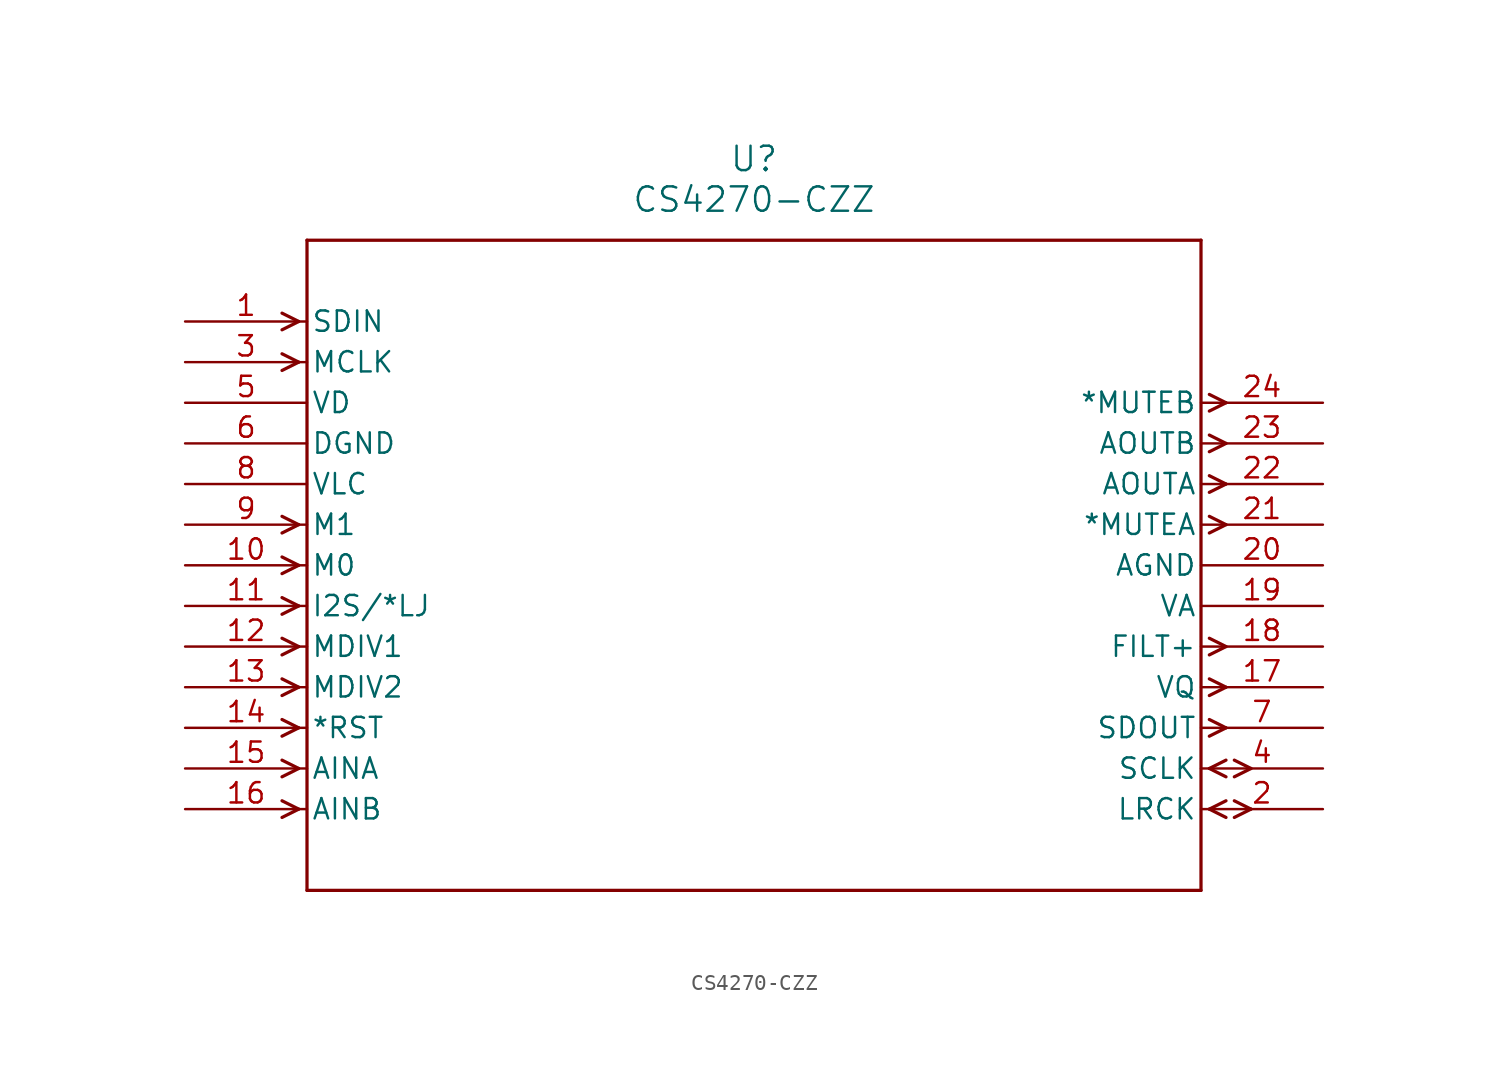
<source format=kicad_sym>
(kicad_symbol_lib
  (version 20211014)
  (generator kicad_symbol_editor)
  (symbol "CS4270-CZZ"
    (pin_names
      (offset 0.254))
    (property "Reference" "U"
      (at 35.56 10.16 0)
      (effects (font (size 1.524 1.524))))
    (property "Value" "CS4270-CZZ"
      (at 35.56 7.62 0)
      (effects (font (size 1.524 1.524))))
    (symbol "CS4270-CZZ_0_1"
      (polyline (pts (xy 7.099 0) (xy 6.058 0.521)) (stroke (width 0.203) (type default) (color 0 0 0 0)) (fill (type none)))
      (polyline (pts (xy 7.099 0) (xy 6.058 -0.521)) (stroke (width 0.203) (type default) (color 0 0 0 0)) (fill (type none)))
      (polyline (pts (xy 7.099 -2.54) (xy 6.058 -2.019)) (stroke (width 0.203) (type default) (color 0 0 0 0)) (fill (type none)))
      (polyline (pts (xy 7.099 -2.54) (xy 6.058 -3.061)) (stroke (width 0.203) (type default) (color 0 0 0 0)) (fill (type none)))
      (polyline (pts (xy 7.099 -12.7) (xy 6.058 -12.179)) (stroke (width 0.203) (type default) (color 0 0 0 0)) (fill (type none)))
      (polyline (pts (xy 7.099 -12.7) (xy 6.058 -13.221)) (stroke (width 0.203) (type default) (color 0 0 0 0)) (fill (type none)))
      (polyline (pts (xy 7.099 -15.24) (xy 6.058 -14.719)) (stroke (width 0.203) (type default) (color 0 0 0 0)) (fill (type none)))
      (polyline (pts (xy 7.099 -15.24) (xy 6.058 -15.761)) (stroke (width 0.203) (type default) (color 0 0 0 0)) (fill (type none)))
      (polyline (pts (xy 7.099 -17.78) (xy 6.058 -17.259)) (stroke (width 0.203) (type default) (color 0 0 0 0)) (fill (type none)))
      (polyline (pts (xy 7.099 -17.78) (xy 6.058 -18.301)) (stroke (width 0.203) (type default) (color 0 0 0 0)) (fill (type none)))
      (polyline (pts (xy 7.099 -20.32) (xy 6.058 -19.799)) (stroke (width 0.203) (type default) (color 0 0 0 0)) (fill (type none)))
      (polyline (pts (xy 7.099 -20.32) (xy 6.058 -20.841)) (stroke (width 0.203) (type default) (color 0 0 0 0)) (fill (type none)))
      (polyline (pts (xy 7.099 -22.86) (xy 6.058 -22.339)) (stroke (width 0.203) (type default) (color 0 0 0 0)) (fill (type none)))
      (polyline (pts (xy 7.099 -22.86) (xy 6.058 -23.381)) (stroke (width 0.203) (type default) (color 0 0 0 0)) (fill (type none)))
      (polyline (pts (xy 7.099 -25.4) (xy 6.058 -24.879)) (stroke (width 0.203) (type default) (color 0 0 0 0)) (fill (type none)))
      (polyline (pts (xy 7.099 -25.4) (xy 6.058 -25.921)) (stroke (width 0.203) (type default) (color 0 0 0 0)) (fill (type none)))
      (polyline (pts (xy 7.099 -27.94) (xy 6.058 -27.419)) (stroke (width 0.203) (type default) (color 0 0 0 0)) (fill (type none)))
      (polyline (pts (xy 7.099 -27.94) (xy 6.058 -28.461)) (stroke (width 0.203) (type default) (color 0 0 0 0)) (fill (type none)))
      (polyline (pts (xy 7.099 -30.48) (xy 6.058 -29.959)) (stroke (width 0.203) (type default) (color 0 0 0 0)) (fill (type none)))
      (polyline (pts (xy 7.099 -30.48) (xy 6.058 -31.001)) (stroke (width 0.203) (type default) (color 0 0 0 0)) (fill (type none)))
      (polyline (pts (xy 64.021 -30.48) (xy 65.062 -29.959)) (stroke (width 0.203) (type default) (color 0 0 0 0)) (fill (type none)))
      (polyline (pts (xy 64.021 -30.48) (xy 65.062 -31.001)) (stroke (width 0.203) (type default) (color 0 0 0 0)) (fill (type none)))
      (polyline (pts (xy 65.583 -29.959) (xy 66.624 -30.48)) (stroke (width 0.203) (type default) (color 0 0 0 0)) (fill (type none)))
      (polyline (pts (xy 65.583 -31.001) (xy 66.624 -30.48)) (stroke (width 0.203) (type default) (color 0 0 0 0)) (fill (type none)))
      (polyline (pts (xy 64.021 -27.94) (xy 65.062 -27.419)) (stroke (width 0.203) (type default) (color 0 0 0 0)) (fill (type none)))
      (polyline (pts (xy 64.021 -27.94) (xy 65.062 -28.461)) (stroke (width 0.203) (type default) (color 0 0 0 0)) (fill (type none)))
      (polyline (pts (xy 65.583 -27.419) (xy 66.624 -27.94)) (stroke (width 0.203) (type default) (color 0 0 0 0)) (fill (type none)))
      (polyline (pts (xy 65.583 -28.461) (xy 66.624 -27.94)) (stroke (width 0.203) (type default) (color 0 0 0 0)) (fill (type none)))
      (polyline (pts (xy 64.021 -24.879) (xy 65.062 -25.4)) (stroke (width 0.203) (type default) (color 0 0 0 0)) (fill (type none)))
      (polyline (pts (xy 64.021 -25.921) (xy 65.062 -25.4)) (stroke (width 0.203) (type default) (color 0 0 0 0)) (fill (type none)))
      (polyline (pts (xy 64.021 -22.339) (xy 65.062 -22.86)) (stroke (width 0.203) (type default) (color 0 0 0 0)) (fill (type none)))
      (polyline (pts (xy 64.021 -23.381) (xy 65.062 -22.86)) (stroke (width 0.203) (type default) (color 0 0 0 0)) (fill (type none)))
      (polyline (pts (xy 64.021 -19.799) (xy 65.062 -20.32)) (stroke (width 0.203) (type default) (color 0 0 0 0)) (fill (type none)))
      (polyline (pts (xy 64.021 -20.841) (xy 65.062 -20.32)) (stroke (width 0.203) (type default) (color 0 0 0 0)) (fill (type none)))
      (polyline (pts (xy 64.021 -12.179) (xy 65.062 -12.7)) (stroke (width 0.203) (type default) (color 0 0 0 0)) (fill (type none)))
      (polyline (pts (xy 64.021 -13.221) (xy 65.062 -12.7)) (stroke (width 0.203) (type default) (color 0 0 0 0)) (fill (type none)))
      (polyline (pts (xy 64.021 -9.639) (xy 65.062 -10.16)) (stroke (width 0.203) (type default) (color 0 0 0 0)) (fill (type none)))
      (polyline (pts (xy 64.021 -10.681) (xy 65.062 -10.16)) (stroke (width 0.203) (type default) (color 0 0 0 0)) (fill (type none)))
      (polyline (pts (xy 64.021 -7.099) (xy 65.062 -7.62)) (stroke (width 0.203) (type default) (color 0 0 0 0)) (fill (type none)))
      (polyline (pts (xy 64.021 -8.141) (xy 65.062 -7.62)) (stroke (width 0.203) (type default) (color 0 0 0 0)) (fill (type none)))
      (polyline (pts (xy 64.021 -4.559) (xy 65.062 -5.08)) (stroke (width 0.203) (type default) (color 0 0 0 0)) (fill (type none)))
      (polyline (pts (xy 64.021 -5.601) (xy 65.062 -5.08)) (stroke (width 0.203) (type default) (color 0 0 0 0)) (fill (type none)))
      (polyline (pts (xy 7.62 5.08) (xy 7.62 -35.56)) (stroke (width 0.203) (type default) (color 0 0 0 0)) (fill (type none)))
      (polyline (pts (xy 7.62 -35.56) (xy 63.5 -35.56)) (stroke (width 0.203) (type default) (color 0 0 0 0)) (fill (type none)))
      (polyline (pts (xy 63.5 -35.56) (xy 63.5 5.08)) (stroke (width 0.203) (type default) (color 0 0 0 0)) (fill (type none)))
      (polyline (pts (xy 63.5 5.08) (xy 7.62 5.08)) (stroke (width 0.203) (type default) (color 0 0 0 0)) (fill (type none)))
      (pin input line (at 0 0 0) (length 7.62) (name "SDIN" (effects (font (size 1.27 1.27)))) (number "1" (effects (font (size 1.27 1.27)))))
      (pin bidirectional line (at 71.12 -30.48 180) (length 7.62) (name "LRCK" (effects (font (size 1.27 1.27)))) (number "2" (effects (font (size 1.27 1.27)))))
      (pin input line (at 0 -2.54 0) (length 7.62) (name "MCLK" (effects (font (size 1.27 1.27)))) (number "3" (effects (font (size 1.27 1.27)))))
      (pin bidirectional line (at 71.12 -27.94 180) (length 7.62) (name "SCLK" (effects (font (size 1.27 1.27)))) (number "4" (effects (font (size 1.27 1.27)))))
      (pin power_in line (at 0 -5.08 0) (length 7.62) (name "VD" (effects (font (size 1.27 1.27)))) (number "5" (effects (font (size 1.27 1.27)))))
      (pin power_in line (at 0 -7.62 0) (length 7.62) (name "DGND" (effects (font (size 1.27 1.27)))) (number "6" (effects (font (size 1.27 1.27)))))
      (pin output line (at 71.12 -25.4 180) (length 7.62) (name "SDOUT" (effects (font (size 1.27 1.27)))) (number "7" (effects (font (size 1.27 1.27)))))
      (pin power_in line (at 0 -10.16 0) (length 7.62) (name "VLC" (effects (font (size 1.27 1.27)))) (number "8" (effects (font (size 1.27 1.27)))))
      (pin input line (at 0 -12.7 0) (length 7.62) (name "M1" (effects (font (size 1.27 1.27)))) (number "9" (effects (font (size 1.27 1.27)))))
      (pin input line (at 0 -15.24 0) (length 7.62) (name "M0" (effects (font (size 1.27 1.27)))) (number "10" (effects (font (size 1.27 1.27)))))
      (pin input line (at 0 -17.78 0) (length 7.62) (name "I2S/*LJ" (effects (font (size 1.27 1.27)))) (number "11" (effects (font (size 1.27 1.27)))))
      (pin input line (at 0 -20.32 0) (length 7.62) (name "MDIV1" (effects (font (size 1.27 1.27)))) (number "12" (effects (font (size 1.27 1.27)))))
      (pin input line (at 0 -22.86 0) (length 7.62) (name "MDIV2" (effects (font (size 1.27 1.27)))) (number "13" (effects (font (size 1.27 1.27)))))
      (pin input line (at 0 -25.4 0) (length 7.62) (name "*RST" (effects (font (size 1.27 1.27)))) (number "14" (effects (font (size 1.27 1.27)))))
      (pin input line (at 0 -27.94 0) (length 7.62) (name "AINA" (effects (font (size 1.27 1.27)))) (number "15" (effects (font (size 1.27 1.27)))))
      (pin input line (at 0 -30.48 0) (length 7.62) (name "AINB" (effects (font (size 1.27 1.27)))) (number "16" (effects (font (size 1.27 1.27)))))
      (pin output line (at 71.12 -22.86 180) (length 7.62) (name "VQ" (effects (font (size 1.27 1.27)))) (number "17" (effects (font (size 1.27 1.27)))))
      (pin output line (at 71.12 -20.32 180) (length 7.62) (name "FILT+" (effects (font (size 1.27 1.27)))) (number "18" (effects (font (size 1.27 1.27)))))
      (pin power_in line (at 71.12 -17.78 180) (length 7.62) (name "VA" (effects (font (size 1.27 1.27)))) (number "19" (effects (font (size 1.27 1.27)))))
      (pin power_in line (at 71.12 -15.24 180) (length 7.62) (name "AGND" (effects (font (size 1.27 1.27)))) (number "20" (effects (font (size 1.27 1.27)))))
      (pin output line (at 71.12 -12.7 180) (length 7.62) (name "*MUTEA" (effects (font (size 1.27 1.27)))) (number "21" (effects (font (size 1.27 1.27)))))
      (pin output line (at 71.12 -10.16 180) (length 7.62) (name "AOUTA" (effects (font (size 1.27 1.27)))) (number "22" (effects (font (size 1.27 1.27)))))
      (pin output line (at 71.12 -7.62 180) (length 7.62) (name "AOUTB" (effects (font (size 1.27 1.27)))) (number "23" (effects (font (size 1.27 1.27)))))
      (pin output line (at 71.12 -5.08 180) (length 7.62) (name "*MUTEB" (effects (font (size 1.27 1.27)))) (number "24" (effects (font (size 1.27 1.27))))))))
</source>
